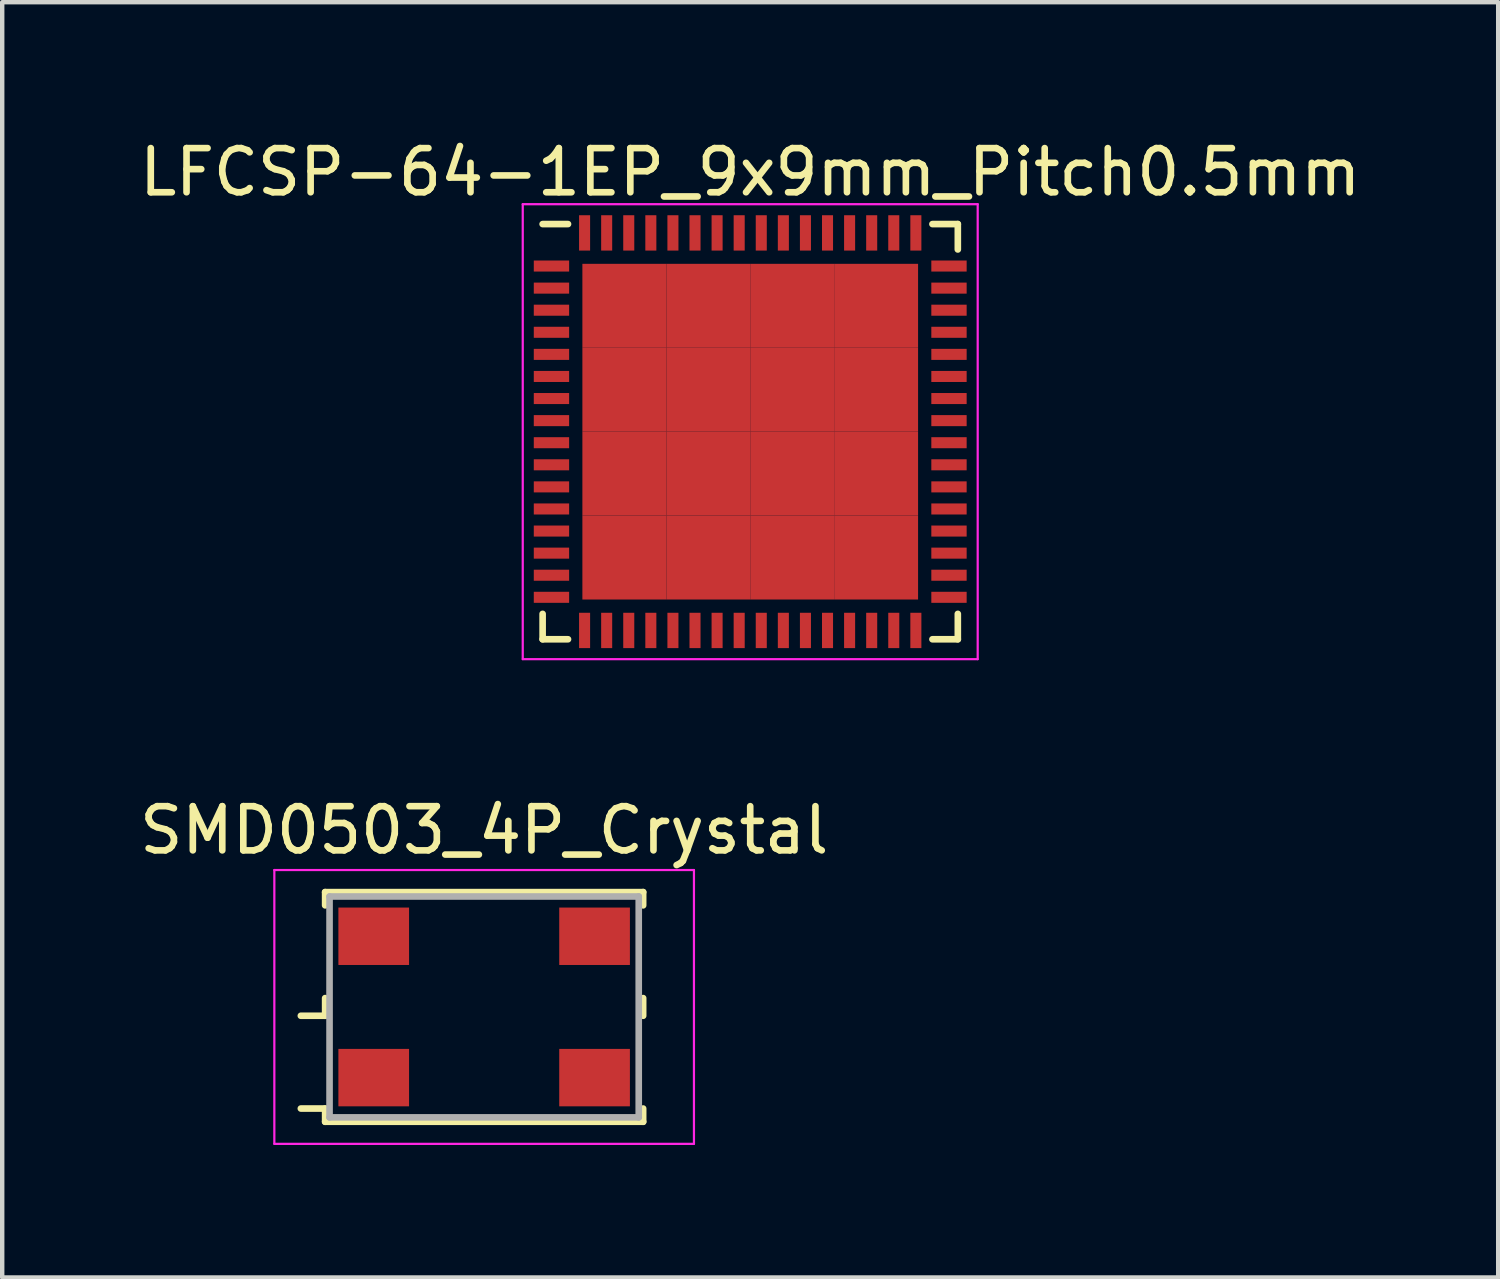
<source format=kicad_pcb>
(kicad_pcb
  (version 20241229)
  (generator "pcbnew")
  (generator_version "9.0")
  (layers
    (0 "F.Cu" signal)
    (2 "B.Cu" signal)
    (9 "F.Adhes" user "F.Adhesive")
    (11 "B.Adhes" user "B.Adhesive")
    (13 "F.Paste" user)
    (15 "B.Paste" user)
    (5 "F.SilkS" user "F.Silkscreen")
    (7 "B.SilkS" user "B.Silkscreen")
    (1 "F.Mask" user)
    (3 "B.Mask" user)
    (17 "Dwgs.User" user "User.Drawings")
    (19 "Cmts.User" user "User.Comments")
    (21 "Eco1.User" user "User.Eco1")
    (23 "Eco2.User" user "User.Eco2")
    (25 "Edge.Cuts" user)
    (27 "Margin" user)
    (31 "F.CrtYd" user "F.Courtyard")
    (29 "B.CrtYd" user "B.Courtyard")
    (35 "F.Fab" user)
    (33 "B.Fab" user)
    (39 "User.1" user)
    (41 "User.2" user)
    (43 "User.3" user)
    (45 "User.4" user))
  (footprint "LFCSP-64-1EP_9x9mm_Pitch0.5mm"
    (layer "F.Cu")
    (at 13.935 6.723)
    (property "Reference" "LFCSP-64-1EP_9x9mm_Pitch0.5mm" (at 0 -5.875 0) (layer "F.SilkS") (effects (font (size 1 1) (thickness 0.15))))
    (attr smd)
    (fp_line (start -4.7 -4.7) (end -4.125 -4.7) (stroke (width 0.15) (type solid)) (layer "F.SilkS"))
    (fp_line (start -4.7 4.7) (end -4.7 4.125) (stroke (width 0.15) (type solid)) (layer "F.SilkS"))
    (fp_line (start -4.7 4.7) (end -4.125 4.7) (stroke (width 0.15) (type solid)) (layer "F.SilkS"))
    (fp_line (start 4.7 -4.7) (end 4.125 -4.7) (stroke (width 0.15) (type solid)) (layer "F.SilkS"))
    (fp_line (start 4.7 -4.7) (end 4.7 -4.125) (stroke (width 0.15) (type solid)) (layer "F.SilkS"))
    (fp_line (start 4.7 4.7) (end 4.125 4.7) (stroke (width 0.15) (type solid)) (layer "F.SilkS"))
    (fp_line (start 4.7 4.7) (end 4.7 4.125) (stroke (width 0.15) (type solid)) (layer "F.SilkS"))
    (fp_line (start -5.15 -5.15) (end -5.15 5.15) (stroke (width 0.05) (type solid)) (layer "F.CrtYd"))
    (fp_line (start -5.15 -5.15) (end 5.15 -5.15) (stroke (width 0.05) (type solid)) (layer "F.CrtYd"))
    (fp_line (start -5.15 5.15) (end 5.15 5.15) (stroke (width 0.05) (type solid)) (layer "F.CrtYd"))
    (fp_line (start 5.15 -5.15) (end 5.15 5.15) (stroke (width 0.05) (type solid)) (layer "F.CrtYd"))
    (pad "1" smd rect (at -4.5 -3.75) (size 0.8 0.25) (layers "F.Cu" "F.Mask" "F.Paste"))
    (pad "2" smd rect (at -4.5 -3.25) (size 0.8 0.25) (layers "F.Cu" "F.Mask" "F.Paste"))
    (pad "3" smd rect (at -4.5 -2.75) (size 0.8 0.25) (layers "F.Cu" "F.Mask" "F.Paste"))
    (pad "4" smd rect (at -4.5 -2.25) (size 0.8 0.25) (layers "F.Cu" "F.Mask" "F.Paste"))
    (pad "5" smd rect (at -4.5 -1.75) (size 0.8 0.25) (layers "F.Cu" "F.Mask" "F.Paste"))
    (pad "6" smd rect (at -4.5 -1.25) (size 0.8 0.25) (layers "F.Cu" "F.Mask" "F.Paste"))
    (pad "7" smd rect (at -4.5 -0.75) (size 0.8 0.25) (layers "F.Cu" "F.Mask" "F.Paste"))
    (pad "8" smd rect (at -4.5 -0.25) (size 0.8 0.25) (layers "F.Cu" "F.Mask" "F.Paste"))
    (pad "9" smd rect (at -4.5 0.25) (size 0.8 0.25) (layers "F.Cu" "F.Mask" "F.Paste"))
    (pad "10" smd rect (at -4.5 0.75) (size 0.8 0.25) (layers "F.Cu" "F.Mask" "F.Paste"))
    (pad "11" smd rect (at -4.5 1.25) (size 0.8 0.25) (layers "F.Cu" "F.Mask" "F.Paste"))
    (pad "12" smd rect (at -4.5 1.75) (size 0.8 0.25) (layers "F.Cu" "F.Mask" "F.Paste"))
    (pad "13" smd rect (at -4.5 2.25) (size 0.8 0.25) (layers "F.Cu" "F.Mask" "F.Paste"))
    (pad "14" smd rect (at -4.5 2.75) (size 0.8 0.25) (layers "F.Cu" "F.Mask" "F.Paste"))
    (pad "15" smd rect (at -4.5 3.25) (size 0.8 0.25) (layers "F.Cu" "F.Mask" "F.Paste"))
    (pad "16" smd rect (at -4.5 3.75) (size 0.8 0.25) (layers "F.Cu" "F.Mask" "F.Paste"))
    (pad "17" smd rect (at -3.75 4.5 90) (size 0.8 0.25) (layers "F.Cu" "F.Mask" "F.Paste"))
    (pad "18" smd rect (at -3.25 4.5 90) (size 0.8 0.25) (layers "F.Cu" "F.Mask" "F.Paste"))
    (pad "19" smd rect (at -2.75 4.5 90) (size 0.8 0.25) (layers "F.Cu" "F.Mask" "F.Paste"))
    (pad "20" smd rect (at -2.25 4.5 90) (size 0.8 0.25) (layers "F.Cu" "F.Mask" "F.Paste"))
    (pad "21" smd rect (at -1.75 4.5 90) (size 0.8 0.25) (layers "F.Cu" "F.Mask" "F.Paste"))
    (pad "22" smd rect (at -1.25 4.5 90) (size 0.8 0.25) (layers "F.Cu" "F.Mask" "F.Paste"))
    (pad "23" smd rect (at -0.75 4.5 90) (size 0.8 0.25) (layers "F.Cu" "F.Mask" "F.Paste"))
    (pad "24" smd rect (at -0.25 4.5 90) (size 0.8 0.25) (layers "F.Cu" "F.Mask" "F.Paste"))
    (pad "25" smd rect (at 0.25 4.5 90) (size 0.8 0.25) (layers "F.Cu" "F.Mask" "F.Paste"))
    (pad "26" smd rect (at 0.75 4.5 90) (size 0.8 0.25) (layers "F.Cu" "F.Mask" "F.Paste"))
    (pad "27" smd rect (at 1.25 4.5 90) (size 0.8 0.25) (layers "F.Cu" "F.Mask" "F.Paste"))
    (pad "28" smd rect (at 1.75 4.5 90) (size 0.8 0.25) (layers "F.Cu" "F.Mask" "F.Paste"))
    (pad "29" smd rect (at 2.25 4.5 90) (size 0.8 0.25) (layers "F.Cu" "F.Mask" "F.Paste"))
    (pad "30" smd rect (at 2.75 4.5 90) (size 0.8 0.25) (layers "F.Cu" "F.Mask" "F.Paste"))
    (pad "31" smd rect (at 3.25 4.5 90) (size 0.8 0.25) (layers "F.Cu" "F.Mask" "F.Paste"))
    (pad "32" smd rect (at 3.75 4.5 90) (size 0.8 0.25) (layers "F.Cu" "F.Mask" "F.Paste"))
    (pad "33" smd rect (at 4.5 3.75) (size 0.8 0.25) (layers "F.Cu" "F.Mask" "F.Paste"))
    (pad "34" smd rect (at 4.5 3.25) (size 0.8 0.25) (layers "F.Cu" "F.Mask" "F.Paste"))
    (pad "35" smd rect (at 4.5 2.75) (size 0.8 0.25) (layers "F.Cu" "F.Mask" "F.Paste"))
    (pad "36" smd rect (at 4.5 2.25) (size 0.8 0.25) (layers "F.Cu" "F.Mask" "F.Paste"))
    (pad "37" smd rect (at 4.5 1.75) (size 0.8 0.25) (layers "F.Cu" "F.Mask" "F.Paste"))
    (pad "38" smd rect (at 4.5 1.25) (size 0.8 0.25) (layers "F.Cu" "F.Mask" "F.Paste"))
    (pad "39" smd rect (at 4.5 0.75) (size 0.8 0.25) (layers "F.Cu" "F.Mask" "F.Paste"))
    (pad "40" smd rect (at 4.5 0.25) (size 0.8 0.25) (layers "F.Cu" "F.Mask" "F.Paste"))
    (pad "41" smd rect (at 4.5 -0.25) (size 0.8 0.25) (layers "F.Cu" "F.Mask" "F.Paste"))
    (pad "42" smd rect (at 4.5 -0.75) (size 0.8 0.25) (layers "F.Cu" "F.Mask" "F.Paste"))
    (pad "43" smd rect (at 4.5 -1.25) (size 0.8 0.25) (layers "F.Cu" "F.Mask" "F.Paste"))
    (pad "44" smd rect (at 4.5 -1.75) (size 0.8 0.25) (layers "F.Cu" "F.Mask" "F.Paste"))
    (pad "45" smd rect (at 4.5 -2.25) (size 0.8 0.25) (layers "F.Cu" "F.Mask" "F.Paste"))
    (pad "46" smd rect (at 4.5 -2.75) (size 0.8 0.25) (layers "F.Cu" "F.Mask" "F.Paste"))
    (pad "47" smd rect (at 4.5 -3.25) (size 0.8 0.25) (layers "F.Cu" "F.Mask" "F.Paste"))
    (pad "48" smd rect (at 4.5 -3.75) (size 0.8 0.25) (layers "F.Cu" "F.Mask" "F.Paste"))
    (pad "49" smd rect (at 3.75 -4.5 90) (size 0.8 0.25) (layers "F.Cu" "F.Mask" "F.Paste"))
    (pad "50" smd rect (at 3.25 -4.5 90) (size 0.8 0.25) (layers "F.Cu" "F.Mask" "F.Paste"))
    (pad "51" smd rect (at 2.75 -4.5 90) (size 0.8 0.25) (layers "F.Cu" "F.Mask" "F.Paste"))
    (pad "52" smd rect (at 2.25 -4.5 90) (size 0.8 0.25) (layers "F.Cu" "F.Mask" "F.Paste"))
    (pad "53" smd rect (at 1.75 -4.5 90) (size 0.8 0.25) (layers "F.Cu" "F.Mask" "F.Paste"))
    (pad "54" smd rect (at 1.25 -4.5 90) (size 0.8 0.25) (layers "F.Cu" "F.Mask" "F.Paste"))
    (pad "55" smd rect (at 0.75 -4.5 90) (size 0.8 0.25) (layers "F.Cu" "F.Mask" "F.Paste"))
    (pad "56" smd rect (at 0.25 -4.5 90) (size 0.8 0.25) (layers "F.Cu" "F.Mask" "F.Paste"))
    (pad "57" smd rect (at -0.25 -4.5 90) (size 0.8 0.25) (layers "F.Cu" "F.Mask" "F.Paste"))
    (pad "58" smd rect (at -0.75 -4.5 90) (size 0.8 0.25) (layers "F.Cu" "F.Mask" "F.Paste"))
    (pad "59" smd rect (at -1.25 -4.5 90) (size 0.8 0.25) (layers "F.Cu" "F.Mask" "F.Paste"))
    (pad "60" smd rect (at -1.75 -4.5 90) (size 0.8 0.25) (layers "F.Cu" "F.Mask" "F.Paste"))
    (pad "61" smd rect (at -2.25 -4.5 90) (size 0.8 0.25) (layers "F.Cu" "F.Mask" "F.Paste"))
    (pad "62" smd rect (at -2.75 -4.5 90) (size 0.8 0.25) (layers "F.Cu" "F.Mask" "F.Paste"))
    (pad "63" smd rect (at -3.25 -4.5 90) (size 0.8 0.25) (layers "F.Cu" "F.Mask" "F.Paste"))
    (pad "64" smd rect (at -3.75 -4.5 90) (size 0.8 0.25) (layers "F.Cu" "F.Mask" "F.Paste"))
    (pad "65" smd rect (at -2.85 -2.85) (size 1.9 1.9) (layers "F.Cu" "F.Mask" "F.Paste"))
    (pad "65" smd rect (at -2.85 -0.95) (size 1.9 1.9) (layers "F.Cu" "F.Mask" "F.Paste"))
    (pad "65" smd rect (at -2.85 0.95) (size 1.9 1.9) (layers "F.Cu" "F.Mask" "F.Paste"))
    (pad "65" smd rect (at -2.85 2.85) (size 1.9 1.9) (layers "F.Cu" "F.Mask" "F.Paste"))
    (pad "65" smd rect (at -0.95 -2.85) (size 1.9 1.9) (layers "F.Cu" "F.Mask" "F.Paste"))
    (pad "65" smd rect (at -0.95 -0.95) (size 1.9 1.9) (layers "F.Cu" "F.Mask" "F.Paste"))
    (pad "65" smd rect (at -0.95 0.95) (size 1.9 1.9) (layers "F.Cu" "F.Mask" "F.Paste"))
    (pad "65" smd rect (at -0.95 2.85) (size 1.9 1.9) (layers "F.Cu" "F.Mask" "F.Paste"))
    (pad "65" smd rect (at 0.95 -2.85) (size 1.9 1.9) (layers "F.Cu" "F.Mask" "F.Paste"))
    (pad "65" smd rect (at 0.95 -0.95) (size 1.9 1.9) (layers "F.Cu" "F.Mask" "F.Paste"))
    (pad "65" smd rect (at 0.95 0.95) (size 1.9 1.9) (layers "F.Cu" "F.Mask" "F.Paste"))
    (pad "65" smd rect (at 0.95 2.85) (size 1.9 1.9) (layers "F.Cu" "F.Mask" "F.Paste"))
    (pad "65" smd rect (at 2.85 -2.85) (size 1.9 1.9) (layers "F.Cu" "F.Mask" "F.Paste"))
    (pad "65" smd rect (at 2.85 -0.95) (size 1.9 1.9) (layers "F.Cu" "F.Mask" "F.Paste"))
    (pad "65" smd rect (at 2.85 0.95) (size 1.9 1.9) (layers "F.Cu" "F.Mask" "F.Paste"))
    (pad "65" smd rect (at 2.85 2.85) (size 1.9 1.9) (layers "F.Cu" "F.Mask" "F.Paste")))
  (footprint "SMD0503_4P_Crystal"
    (layer "F.Cu")
    (at 7.911 19.747)
    (property "Reference" "SMD0503_4P_Crystal" (at 0 -4 0) (layer "F.SilkS") (effects (font (size 1 1) (thickness 0.15))))
    (attr smd)
    (fp_line (start -3.6 -2.6) (end -3.6 -2.3) (stroke (width 0.15) (type solid)) (layer "F.SilkS"))
    (fp_line (start -3.6 -2.6) (end 3.6 -2.6) (stroke (width 0.15) (type solid)) (layer "F.SilkS"))
    (fp_line (start -3.6 0.2) (end -4.15 0.2) (stroke (width 0.15) (type solid)) (layer "F.SilkS"))
    (fp_line (start -3.6 0.2) (end -3.6 -0.2) (stroke (width 0.15) (type solid)) (layer "F.SilkS"))
    (fp_line (start -3.6 2.3) (end -4.15 2.3) (stroke (width 0.15) (type solid)) (layer "F.SilkS"))
    (fp_line (start -3.6 2.6) (end -3.6 2.3) (stroke (width 0.15) (type solid)) (layer "F.SilkS"))
    (fp_line (start -3.6 2.6) (end 3.6 2.6) (stroke (width 0.15) (type solid)) (layer "F.SilkS"))
    (fp_line (start 3.6 -2.6) (end 3.6 -2.3) (stroke (width 0.15) (type solid)) (layer "F.SilkS"))
    (fp_line (start 3.6 0.2) (end 3.6 -0.2) (stroke (width 0.15) (type solid)) (layer "F.SilkS"))
    (fp_line (start 3.6 2.6) (end 3.6 2.3) (stroke (width 0.15) (type solid)) (layer "F.SilkS"))
    (fp_line (start -4.75 -3.1) (end -4.75 3.1) (stroke (width 0.05) (type solid)) (layer "F.CrtYd"))
    (fp_line (start 4.75 -3.1) (end -4.75 -3.1) (stroke (width 0.05) (type solid)) (layer "F.CrtYd"))
    (fp_line (start 4.75 -3.1) (end 4.75 3.1) (stroke (width 0.05) (type solid)) (layer "F.CrtYd"))
    (fp_line (start 4.75 3.1) (end -4.75 3.1) (stroke (width 0.05) (type solid)) (layer "F.CrtYd"))
    (fp_line (start -3.5 -2.5) (end 3.5 -2.5) (stroke (width 0.15) (type solid)) (layer "F.Fab"))
    (fp_line (start -3.5 2.5) (end -3.5 -2.5) (stroke (width 0.15) (type solid)) (layer "F.Fab"))
    (fp_line (start 3.5 -2.5) (end 3.5 2.5) (stroke (width 0.15) (type solid)) (layer "F.Fab"))
    (fp_line (start 3.5 2.5) (end -3.5 2.5) (stroke (width 0.15) (type solid)) (layer "F.Fab"))
    (pad "1" smd rect (at -2.5 1.6) (size 1.6 1.3) (layers "F.Cu" "F.Mask" "F.Paste"))
    (pad "2" smd rect (at 2.5 -1.6) (size 1.6 1.3) (layers "F.Cu" "F.Mask" "F.Paste"))
    (pad "3" smd rect (at -2.5 -1.6) (size 1.6 1.3) (layers "F.Cu" "F.Mask" "F.Paste"))
    (pad "3" smd rect (at 2.5 1.6) (size 1.6 1.3) (layers "F.Cu" "F.Mask" "F.Paste")))
  (gr_rect
    (start -3 -3)
    (end 30.869 25.872)
    (stroke (width 0.1) (type default))
    (fill no)
    (layer "Edge.Cuts")))
</source>
